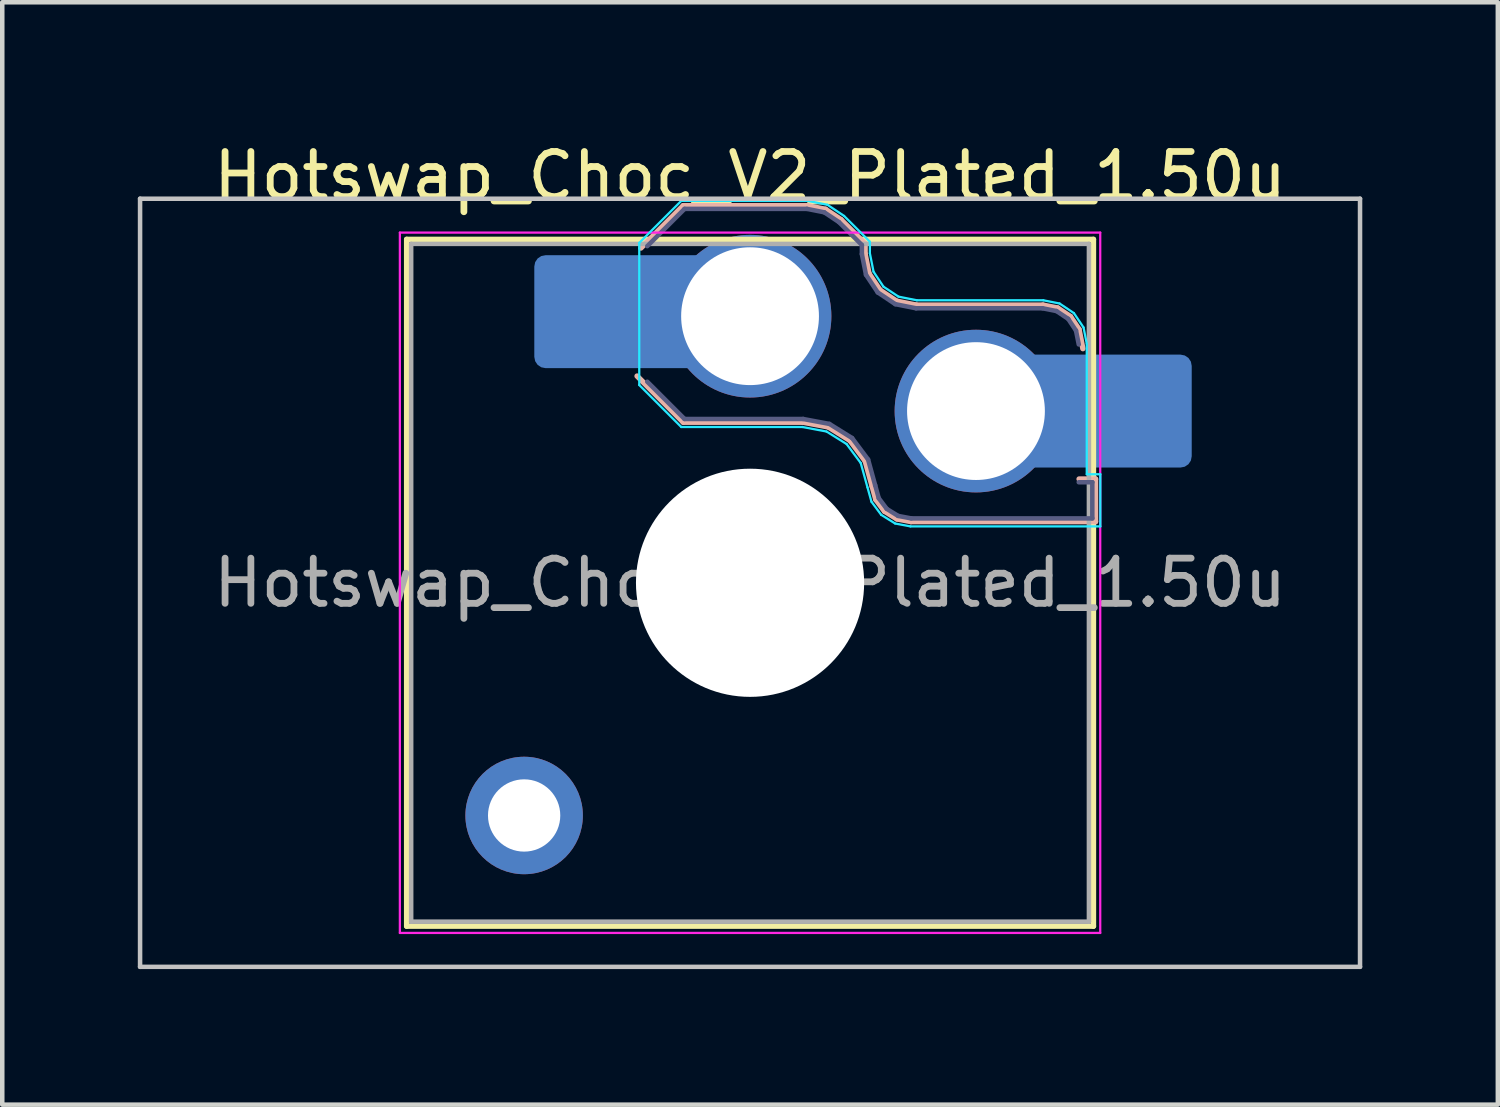
<source format=kicad_pcb>
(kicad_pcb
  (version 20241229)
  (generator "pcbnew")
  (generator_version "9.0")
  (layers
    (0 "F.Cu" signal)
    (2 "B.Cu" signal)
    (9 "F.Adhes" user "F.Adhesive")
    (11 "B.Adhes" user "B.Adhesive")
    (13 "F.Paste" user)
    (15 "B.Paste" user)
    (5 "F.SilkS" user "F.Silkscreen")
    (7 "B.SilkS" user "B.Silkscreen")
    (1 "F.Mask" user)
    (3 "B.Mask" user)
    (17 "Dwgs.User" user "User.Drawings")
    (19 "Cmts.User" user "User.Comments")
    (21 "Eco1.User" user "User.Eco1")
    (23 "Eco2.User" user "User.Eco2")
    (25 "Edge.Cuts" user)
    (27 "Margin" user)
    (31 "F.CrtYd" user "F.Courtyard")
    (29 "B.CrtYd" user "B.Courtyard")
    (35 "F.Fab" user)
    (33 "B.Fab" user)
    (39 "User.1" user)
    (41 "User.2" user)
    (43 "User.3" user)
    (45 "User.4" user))
  (footprint "Hotswap_Choc_V2_Plated_1.50u"
    (layer "F.Cu")
    (at 13.55 9.848)
    (property "Reference" "Hotswap_Choc_V2_Plated_1.50u" (at 0 -9 0) (layer "F.SilkS") (effects (font (size 1 1) (thickness 0.15))))
    (attr smd)
    (fp_line (start -7.6 -7.6) (end -7.6 7.6) (stroke (width 0.12) (type solid)) (layer "F.SilkS"))
    (fp_line (start -7.6 7.6) (end 7.6 7.6) (stroke (width 0.12) (type solid)) (layer "F.SilkS"))
    (fp_line (start 7.6 -7.6) (end -7.6 -7.6) (stroke (width 0.12) (type solid)) (layer "F.SilkS"))
    (fp_line (start 7.6 7.6) (end 7.6 -7.6) (stroke (width 0.12) (type solid)) (layer "F.SilkS"))
    (fp_line (start -2.416 -7.409) (end -1.479 -8.346) (stroke (width 0.12) (type solid)) (layer "B.SilkS"))
    (fp_line (start -1.479 -8.346) (end 1.268 -8.346) (stroke (width 0.12) (type solid)) (layer "B.SilkS"))
    (fp_line (start -1.479 -3.554) (end -2.5 -4.575) (stroke (width 0.12) (type solid)) (layer "B.SilkS"))
    (fp_line (start 1.168 -3.554) (end -1.479 -3.554) (stroke (width 0.12) (type solid)) (layer "B.SilkS"))
    (fp_line (start 1.268 -8.346) (end 1.671 -8.266) (stroke (width 0.12) (type solid)) (layer "B.SilkS"))
    (fp_line (start 1.671 -8.266) (end 2.013 -8.037) (stroke (width 0.12) (type solid)) (layer "B.SilkS"))
    (fp_line (start 1.73 -3.449) (end 1.168 -3.554) (stroke (width 0.12) (type solid)) (layer "B.SilkS"))
    (fp_line (start 2.013 -8.037) (end 2.546 -7.504) (stroke (width 0.12) (type solid)) (layer "B.SilkS"))
    (fp_line (start 2.209 -3.15) (end 1.73 -3.449) (stroke (width 0.12) (type solid)) (layer "B.SilkS"))
    (fp_line (start 2.546 -7.504) (end 2.546 -7.282) (stroke (width 0.12) (type solid)) (layer "B.SilkS"))
    (fp_line (start 2.546 -7.282) (end 2.633 -6.844) (stroke (width 0.12) (type solid)) (layer "B.SilkS"))
    (fp_line (start 2.547 -2.697) (end 2.209 -3.15) (stroke (width 0.12) (type solid)) (layer "B.SilkS"))
    (fp_line (start 2.633 -6.844) (end 2.877 -6.477) (stroke (width 0.12) (type solid)) (layer "B.SilkS"))
    (fp_line (start 2.701 -2.139) (end 2.547 -2.697) (stroke (width 0.12) (type solid)) (layer "B.SilkS"))
    (fp_line (start 2.783 -1.841) (end 2.701 -2.139) (stroke (width 0.12) (type solid)) (layer "B.SilkS"))
    (fp_line (start 2.877 -6.477) (end 3.244 -6.233) (stroke (width 0.12) (type solid)) (layer "B.SilkS"))
    (fp_line (start 2.976 -1.583) (end 2.783 -1.841) (stroke (width 0.12) (type solid)) (layer "B.SilkS"))
    (fp_line (start 3.244 -6.233) (end 3.682 -6.146) (stroke (width 0.12) (type solid)) (layer "B.SilkS"))
    (fp_line (start 3.25 -1.413) (end 2.976 -1.583) (stroke (width 0.12) (type solid)) (layer "B.SilkS"))
    (fp_line (start 3.56 -1.354) (end 3.25 -1.413) (stroke (width 0.12) (type solid)) (layer "B.SilkS"))
    (fp_line (start 3.682 -6.146) (end 6.482 -6.146) (stroke (width 0.12) (type solid)) (layer "B.SilkS"))
    (fp_line (start 6.482 -6.146) (end 6.809 -6.081) (stroke (width 0.12) (type solid)) (layer "B.SilkS"))
    (fp_line (start 6.809 -6.081) (end 7.092 -5.892) (stroke (width 0.12) (type solid)) (layer "B.SilkS"))
    (fp_line (start 7.092 -5.892) (end 7.281 -5.609) (stroke (width 0.12) (type solid)) (layer "B.SilkS"))
    (fp_line (start 7.281 -5.609) (end 7.366 -5.182) (stroke (width 0.12) (type solid)) (layer "B.SilkS"))
    (fp_line (start 7.283 -2.296) (end 7.646 -2.296) (stroke (width 0.12) (type solid)) (layer "B.SilkS"))
    (fp_line (start 7.646 -2.296) (end 7.646 -1.354) (stroke (width 0.12) (type solid)) (layer "B.SilkS"))
    (fp_line (start 7.646 -1.354) (end 3.56 -1.354) (stroke (width 0.12) (type solid)) (layer "B.SilkS"))
    (fp_line (start -13.5 -8.5) (end -13.5 8.5) (stroke (width 0.1) (type solid)) (layer "Dwgs.User"))
    (fp_line (start -13.5 8.5) (end 13.5 8.5) (stroke (width 0.1) (type solid)) (layer "Dwgs.User"))
    (fp_line (start 13.5 -8.5) (end -13.5 -8.5) (stroke (width 0.1) (type solid)) (layer "Dwgs.User"))
    (fp_line (start 13.5 8.5) (end 13.5 -8.5) (stroke (width 0.1) (type solid)) (layer "Dwgs.User"))
    (fp_line (start -7.25 -7.25) (end -7.25 7.25) (stroke (width 0.1) (type solid)) (layer "Eco1.User"))
    (fp_line (start -7.25 7.25) (end 7.25 7.25) (stroke (width 0.1) (type solid)) (layer "Eco1.User"))
    (fp_line (start 7.25 -7.25) (end -7.25 -7.25) (stroke (width 0.1) (type solid)) (layer "Eco1.User"))
    (fp_line (start 7.25 7.25) (end 7.25 -7.25) (stroke (width 0.1) (type solid)) (layer "Eco1.User"))
    (fp_line (start -2.452 -7.523) (end -1.523 -8.452) (stroke (width 0.05) (type solid)) (layer "B.CrtYd"))
    (fp_line (start -2.452 -4.377) (end -2.452 -7.523) (stroke (width 0.05) (type solid)) (layer "B.CrtYd"))
    (fp_line (start -1.523 -8.452) (end 1.278 -8.452) (stroke (width 0.05) (type solid)) (layer "B.CrtYd"))
    (fp_line (start -1.523 -3.448) (end -2.452 -4.377) (stroke (width 0.05) (type solid)) (layer "B.CrtYd"))
    (fp_line (start 1.159 -3.448) (end -1.523 -3.448) (stroke (width 0.05) (type solid)) (layer "B.CrtYd"))
    (fp_line (start 1.278 -8.452) (end 1.712 -8.366) (stroke (width 0.05) (type solid)) (layer "B.CrtYd"))
    (fp_line (start 1.691 -3.348) (end 1.159 -3.448) (stroke (width 0.05) (type solid)) (layer "B.CrtYd"))
    (fp_line (start 1.712 -8.366) (end 2.081 -8.119) (stroke (width 0.05) (type solid)) (layer "B.CrtYd"))
    (fp_line (start 2.081 -8.119) (end 2.652 -7.548) (stroke (width 0.05) (type solid)) (layer "B.CrtYd"))
    (fp_line (start 2.136 -3.071) (end 1.691 -3.348) (stroke (width 0.05) (type solid)) (layer "B.CrtYd"))
    (fp_line (start 2.45 -2.65) (end 2.136 -3.071) (stroke (width 0.05) (type solid)) (layer "B.CrtYd"))
    (fp_line (start 2.599 -2.111) (end 2.45 -2.65) (stroke (width 0.05) (type solid)) (layer "B.CrtYd"))
    (fp_line (start 2.652 -7.548) (end 2.652 -7.292) (stroke (width 0.05) (type solid)) (layer "B.CrtYd"))
    (fp_line (start 2.652 -7.292) (end 2.733 -6.885) (stroke (width 0.05) (type solid)) (layer "B.CrtYd"))
    (fp_line (start 2.687 -1.794) (end 2.599 -2.111) (stroke (width 0.05) (type solid)) (layer "B.CrtYd"))
    (fp_line (start 2.733 -6.885) (end 2.953 -6.553) (stroke (width 0.05) (type solid)) (layer "B.CrtYd"))
    (fp_line (start 2.903 -1.503) (end 2.687 -1.794) (stroke (width 0.05) (type solid)) (layer "B.CrtYd"))
    (fp_line (start 2.953 -6.553) (end 3.285 -6.333) (stroke (width 0.05) (type solid)) (layer "B.CrtYd"))
    (fp_line (start 3.211 -1.312) (end 2.903 -1.503) (stroke (width 0.05) (type solid)) (layer "B.CrtYd"))
    (fp_line (start 3.285 -6.333) (end 3.692 -6.252) (stroke (width 0.05) (type solid)) (layer "B.CrtYd"))
    (fp_line (start 3.55 -1.248) (end 3.211 -1.312) (stroke (width 0.05) (type solid)) (layer "B.CrtYd"))
    (fp_line (start 3.692 -6.252) (end 6.492 -6.252) (stroke (width 0.05) (type solid)) (layer "B.CrtYd"))
    (fp_line (start 6.492 -6.252) (end 6.85 -6.181) (stroke (width 0.05) (type solid)) (layer "B.CrtYd"))
    (fp_line (start 6.85 -6.181) (end 7.168 -5.968) (stroke (width 0.05) (type solid)) (layer "B.CrtYd"))
    (fp_line (start 7.168 -5.968) (end 7.381 -5.65) (stroke (width 0.05) (type solid)) (layer "B.CrtYd"))
    (fp_line (start 7.381 -5.65) (end 7.452 -5.292) (stroke (width 0.05) (type solid)) (layer "B.CrtYd"))
    (fp_line (start 7.452 -5.292) (end 7.452 -2.402) (stroke (width 0.05) (type solid)) (layer "B.CrtYd"))
    (fp_line (start 7.452 -2.402) (end 7.752 -2.402) (stroke (width 0.05) (type solid)) (layer "B.CrtYd"))
    (fp_line (start 7.752 -2.402) (end 7.752 -1.248) (stroke (width 0.05) (type solid)) (layer "B.CrtYd"))
    (fp_line (start 7.752 -1.248) (end 3.55 -1.248) (stroke (width 0.05) (type solid)) (layer "B.CrtYd"))
    (fp_line (start -7.75 -7.75) (end -7.75 7.75) (stroke (width 0.05) (type solid)) (layer "F.CrtYd"))
    (fp_line (start -7.75 7.75) (end 7.75 7.75) (stroke (width 0.05) (type solid)) (layer "F.CrtYd"))
    (fp_line (start 7.75 -7.75) (end -7.75 -7.75) (stroke (width 0.05) (type solid)) (layer "F.CrtYd"))
    (fp_line (start 7.75 7.75) (end 7.75 -7.75) (stroke (width 0.05) (type solid)) (layer "F.CrtYd"))
    (fp_line (start -2.275 -7.45) (end -1.45 -8.275) (stroke (width 0.1) (type solid)) (layer "B.Fab"))
    (fp_line (start -1.45 -8.275) (end 1.261 -8.275) (stroke (width 0.1) (type solid)) (layer "B.Fab"))
    (fp_line (start -1.45 -3.625) (end -2.275 -4.45) (stroke (width 0.1) (type solid)) (layer "B.Fab"))
    (fp_line (start 1.175 -3.625) (end -1.45 -3.625) (stroke (width 0.1) (type solid)) (layer "B.Fab"))
    (fp_line (start 1.261 -8.275) (end 1.643 -8.199) (stroke (width 0.1) (type solid)) (layer "B.Fab"))
    (fp_line (start 1.643 -8.199) (end 1.968 -7.982) (stroke (width 0.1) (type solid)) (layer "B.Fab"))
    (fp_line (start 1.756 -3.516) (end 1.175 -3.625) (stroke (width 0.1) (type solid)) (layer "B.Fab"))
    (fp_line (start 1.968 -7.982) (end 2.475 -7.475) (stroke (width 0.1) (type solid)) (layer "B.Fab"))
    (fp_line (start 2.258 -3.203) (end 1.756 -3.516) (stroke (width 0.1) (type solid)) (layer "B.Fab"))
    (fp_line (start 2.475 -7.475) (end 2.475 -7.275) (stroke (width 0.1) (type solid)) (layer "B.Fab"))
    (fp_line (start 2.475 -7.275) (end 2.566 -6.816) (stroke (width 0.1) (type solid)) (layer "B.Fab"))
    (fp_line (start 2.566 -6.816) (end 2.826 -6.426) (stroke (width 0.1) (type solid)) (layer "B.Fab"))
    (fp_line (start 2.612 -2.729) (end 2.258 -3.203) (stroke (width 0.1) (type solid)) (layer "B.Fab"))
    (fp_line (start 2.769 -2.158) (end 2.612 -2.729) (stroke (width 0.1) (type solid)) (layer "B.Fab"))
    (fp_line (start 2.826 -6.426) (end 3.216 -6.166) (stroke (width 0.1) (type solid)) (layer "B.Fab"))
    (fp_line (start 2.848 -1.873) (end 2.769 -2.158) (stroke (width 0.1) (type solid)) (layer "B.Fab"))
    (fp_line (start 3.025 -1.636) (end 2.848 -1.873) (stroke (width 0.1) (type solid)) (layer "B.Fab"))
    (fp_line (start 3.216 -6.166) (end 3.675 -6.075) (stroke (width 0.1) (type solid)) (layer "B.Fab"))
    (fp_line (start 3.276 -1.48) (end 3.025 -1.636) (stroke (width 0.1) (type solid)) (layer "B.Fab"))
    (fp_line (start 3.567 -1.425) (end 3.276 -1.48) (stroke (width 0.1) (type solid)) (layer "B.Fab"))
    (fp_line (start 3.675 -6.075) (end 6.475 -6.075) (stroke (width 0.1) (type solid)) (layer "B.Fab"))
    (fp_line (start 6.475 -6.075) (end 6.781 -6.014) (stroke (width 0.1) (type solid)) (layer "B.Fab"))
    (fp_line (start 6.781 -6.014) (end 7.041 -5.841) (stroke (width 0.1) (type solid)) (layer "B.Fab"))
    (fp_line (start 7.041 -5.841) (end 7.214 -5.581) (stroke (width 0.1) (type solid)) (layer "B.Fab"))
    (fp_line (start 7.214 -5.581) (end 7.275 -5.275) (stroke (width 0.1) (type solid)) (layer "B.Fab"))
    (fp_line (start 7.275 -2.225) (end 7.575 -2.225) (stroke (width 0.1) (type solid)) (layer "B.Fab"))
    (fp_line (start 7.575 -2.225) (end 7.575 -1.425) (stroke (width 0.1) (type solid)) (layer "B.Fab"))
    (fp_line (start 7.575 -1.425) (end 3.567 -1.425) (stroke (width 0.1) (type solid)) (layer "B.Fab"))
    (fp_line (start -7.5 -7.5) (end -7.5 7.5) (stroke (width 0.1) (type solid)) (layer "F.Fab"))
    (fp_line (start -7.5 7.5) (end 7.5 7.5) (stroke (width 0.1) (type solid)) (layer "F.Fab"))
    (fp_line (start 7.5 -7.5) (end -7.5 -7.5) (stroke (width 0.1) (type solid)) (layer "F.Fab"))
    (fp_line (start 7.5 7.5) (end 7.5 -7.5) (stroke (width 0.1) (type solid)) (layer "F.Fab"))
    (fp_text user "${REFERENCE}" (at 0 0 0) (layer "F.Fab") (effects (font (size 1 1) (thickness 0.15))))
    (pad "" thru_hole circle (at -5 5.15) (size 2.6 2.6) (drill 1.6) (layers "*.Cu" "*.Mask"))
    (pad "" smd roundrect (at -3.5 -6) (size 2.55 2.5) (layers "B.Mask" "B.Paste") (roundrect_rratio 0.1))
    (pad "" np_thru_hole circle (at 0 0) (size 5.05 5.05) (drill 5.05) (layers "*.Cu" "*.Mask"))
    (pad "" smd roundrect (at 8.5 -3.8) (size 2.55 2.5) (layers "B.Mask" "B.Paste") (roundrect_rratio 0.1))
    (pad "1" smd roundrect (at -2.85 -6) (size 3.85 2.5) (layers "B.Cu") (roundrect_rratio 0.1))
    (pad "1" thru_hole circle (at 0 -5.9) (size 3.6 3.6) (drill 3.05) (layers "*.Cu" "*.Mask"))
    (pad "2" thru_hole circle (at 5 -3.8) (size 3.6 3.6) (drill 3.05) (layers "*.Cu" "*.Mask"))
    (pad "2" smd roundrect (at 7.85 -3.8) (size 3.85 2.5) (layers "B.Cu") (roundrect_rratio 0.1)))
  (gr_rect
    (start -3 -3)
    (end 30.1 21.398)
    (stroke (width 0.1) (type default))
    (fill no)
    (layer "Edge.Cuts")))
</source>
